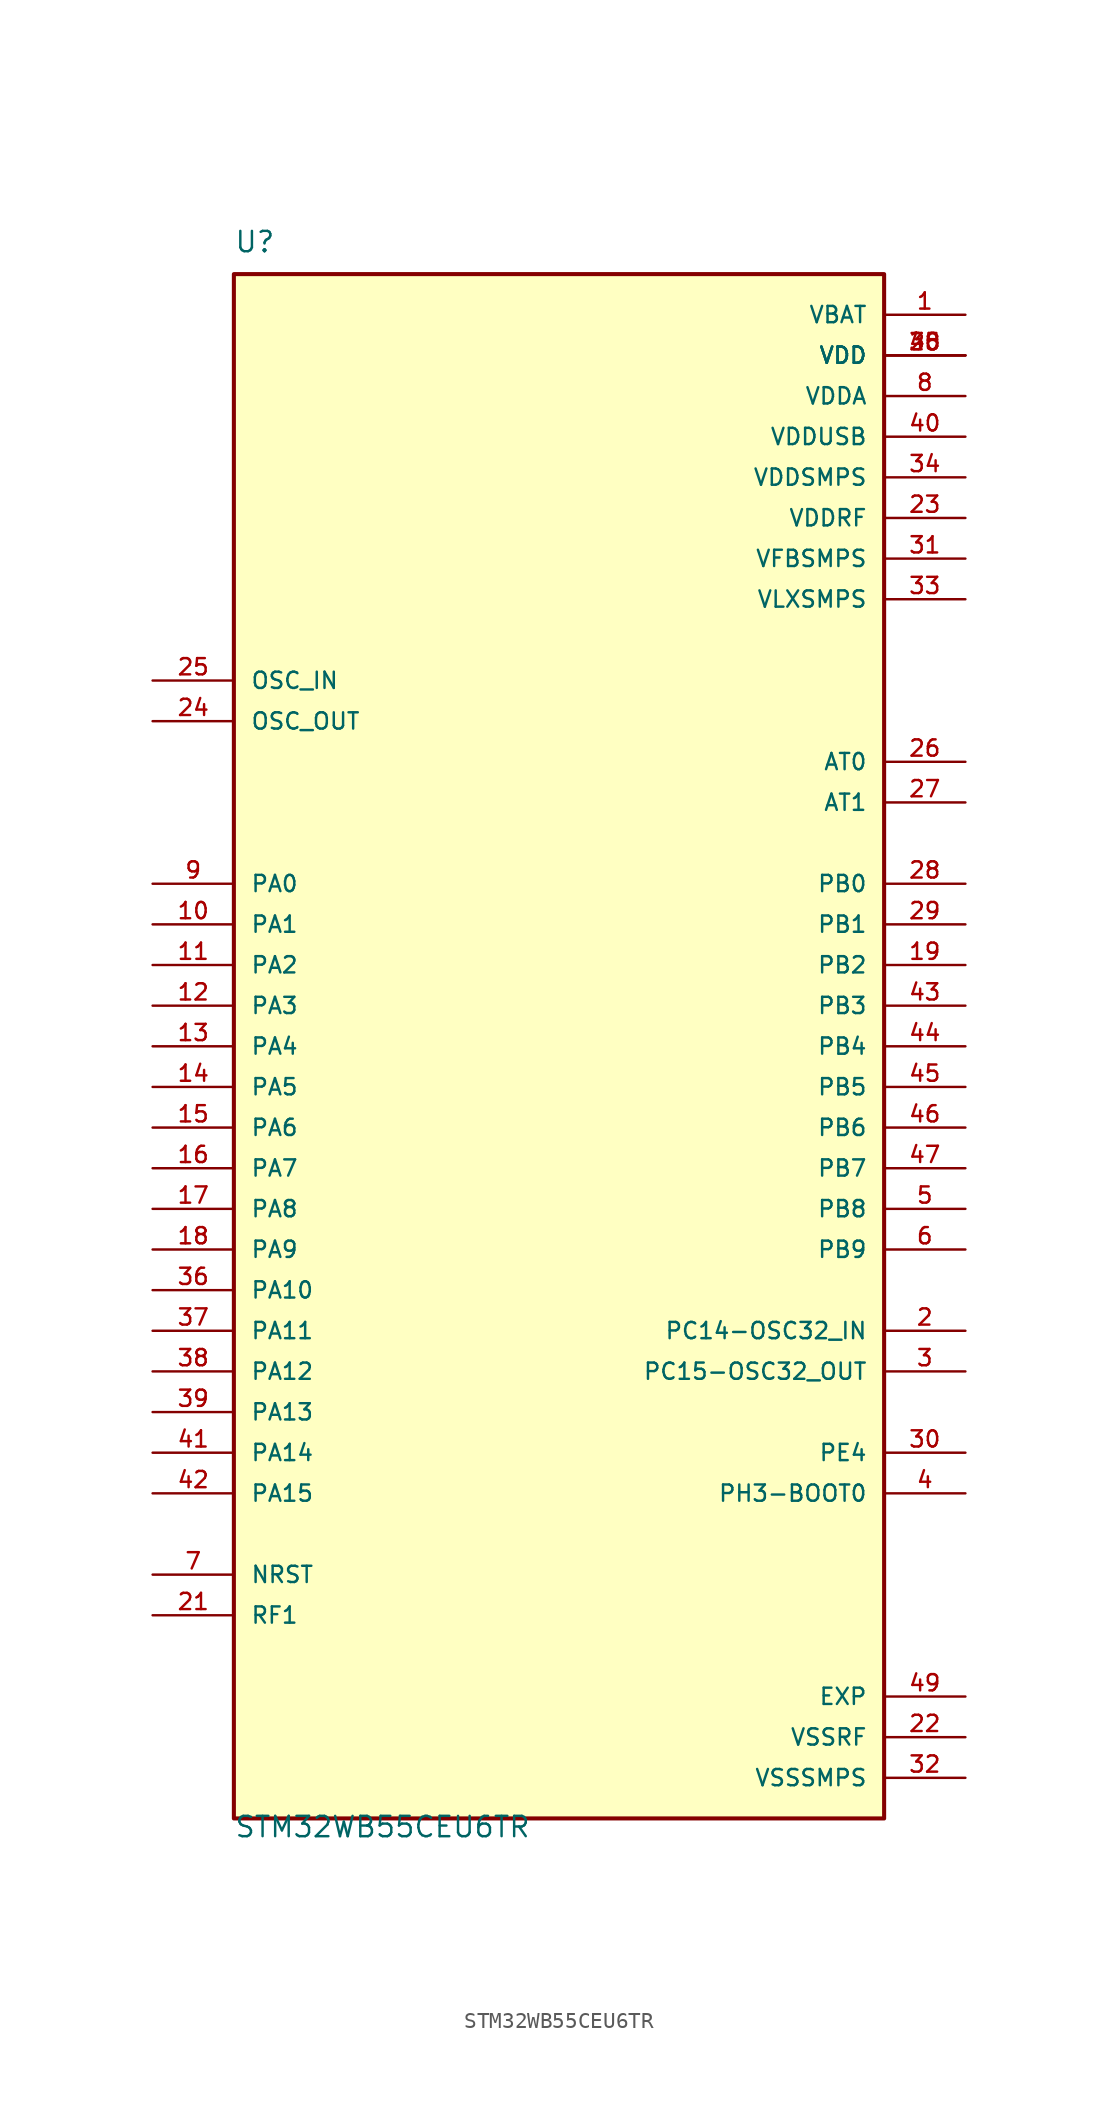
<source format=kicad_sym>
(kicad_symbol_lib
  (version 20211014)
  (generator kicad_symbol_editor)
  (symbol "STM32WB55CEU6TR"
    (pin_names
      (offset 1.016))
    (property "Reference" "U"
      (at -20.32 49.53 0)
      (effects (font (size 1.27 1.27)) (justify left bottom)))
    (property "Value" "STM32WB55CEU6TR"
      (at -20.32 -49.53 0)
      (effects (font (size 1.27 1.27)) (justify left bottom)))
    (property "ki_locked" ""
      (at 0 0 0)
      (effects (font (size 1.27 1.27))))
    (symbol "STM32WB55CEU6TR_0_0"
      (rectangle (start -20.32 -48.26) (end 20.32 48.26) (stroke (width 0.254) (type default) (color 0 0 0 0)) (fill (type background)))
      (pin power_in line (at 25.4 45.72 180) (length 5.08) (name "VBAT" (effects (font (size 1.016 1.016)))) (number "1" (effects (font (size 1.016 1.016)))))
      (pin bidirectional line (at -25.4 7.62 0) (length 5.08) (name "PA1" (effects (font (size 1.016 1.016)))) (number "10" (effects (font (size 1.016 1.016)))))
      (pin bidirectional line (at -25.4 5.08 0) (length 5.08) (name "PA2" (effects (font (size 1.016 1.016)))) (number "11" (effects (font (size 1.016 1.016)))))
      (pin bidirectional line (at -25.4 2.54 0) (length 5.08) (name "PA3" (effects (font (size 1.016 1.016)))) (number "12" (effects (font (size 1.016 1.016)))))
      (pin bidirectional line (at -25.4 0 0) (length 5.08) (name "PA4" (effects (font (size 1.016 1.016)))) (number "13" (effects (font (size 1.016 1.016)))))
      (pin bidirectional line (at -25.4 -2.54 0) (length 5.08) (name "PA5" (effects (font (size 1.016 1.016)))) (number "14" (effects (font (size 1.016 1.016)))))
      (pin bidirectional line (at -25.4 -5.08 0) (length 5.08) (name "PA6" (effects (font (size 1.016 1.016)))) (number "15" (effects (font (size 1.016 1.016)))))
      (pin bidirectional line (at -25.4 -7.62 0) (length 5.08) (name "PA7" (effects (font (size 1.016 1.016)))) (number "16" (effects (font (size 1.016 1.016)))))
      (pin bidirectional line (at -25.4 -10.16 0) (length 5.08) (name "PA8" (effects (font (size 1.016 1.016)))) (number "17" (effects (font (size 1.016 1.016)))))
      (pin bidirectional line (at -25.4 -12.7 0) (length 5.08) (name "PA9" (effects (font (size 1.016 1.016)))) (number "18" (effects (font (size 1.016 1.016)))))
      (pin bidirectional line (at 25.4 5.08 180) (length 5.08) (name "PB2" (effects (font (size 1.016 1.016)))) (number "19" (effects (font (size 1.016 1.016)))))
      (pin bidirectional line (at 25.4 -17.78 180) (length 5.08) (name "PC14-OSC32_IN" (effects (font (size 1.016 1.016)))) (number "2" (effects (font (size 1.016 1.016)))))
      (pin power_in line (at 25.4 43.18 180) (length 5.08) (name "VDD" (effects (font (size 1.016 1.016)))) (number "20" (effects (font (size 1.016 1.016)))))
      (pin bidirectional line (at -25.4 -35.56 0) (length 5.08) (name "RF1" (effects (font (size 1.016 1.016)))) (number "21" (effects (font (size 1.016 1.016)))))
      (pin power_in line (at 25.4 -43.18 180) (length 5.08) (name "VSSRF" (effects (font (size 1.016 1.016)))) (number "22" (effects (font (size 1.016 1.016)))))
      (pin power_in line (at 25.4 33.02 180) (length 5.08) (name "VDDRF" (effects (font (size 1.016 1.016)))) (number "23" (effects (font (size 1.016 1.016)))))
      (pin output line (at -25.4 20.32 0) (length 5.08) (name "OSC_OUT" (effects (font (size 1.016 1.016)))) (number "24" (effects (font (size 1.016 1.016)))))
      (pin input line (at -25.4 22.86 0) (length 5.08) (name "OSC_IN" (effects (font (size 1.016 1.016)))) (number "25" (effects (font (size 1.016 1.016)))))
      (pin output line (at 25.4 17.78 180) (length 5.08) (name "AT0" (effects (font (size 1.016 1.016)))) (number "26" (effects (font (size 1.016 1.016)))))
      (pin output line (at 25.4 15.24 180) (length 5.08) (name "AT1" (effects (font (size 1.016 1.016)))) (number "27" (effects (font (size 1.016 1.016)))))
      (pin bidirectional line (at 25.4 10.16 180) (length 5.08) (name "PB0" (effects (font (size 1.016 1.016)))) (number "28" (effects (font (size 1.016 1.016)))))
      (pin bidirectional line (at 25.4 7.62 180) (length 5.08) (name "PB1" (effects (font (size 1.016 1.016)))) (number "29" (effects (font (size 1.016 1.016)))))
      (pin bidirectional line (at 25.4 -20.32 180) (length 5.08) (name "PC15-OSC32_OUT" (effects (font (size 1.016 1.016)))) (number "3" (effects (font (size 1.016 1.016)))))
      (pin bidirectional line (at 25.4 -25.4 180) (length 5.08) (name "PE4" (effects (font (size 1.016 1.016)))) (number "30" (effects (font (size 1.016 1.016)))))
      (pin power_in line (at 25.4 30.48 180) (length 5.08) (name "VFBSMPS" (effects (font (size 1.016 1.016)))) (number "31" (effects (font (size 1.016 1.016)))))
      (pin power_in line (at 25.4 -45.72 180) (length 5.08) (name "VSSSMPS" (effects (font (size 1.016 1.016)))) (number "32" (effects (font (size 1.016 1.016)))))
      (pin power_in line (at 25.4 27.94 180) (length 5.08) (name "VLXSMPS" (effects (font (size 1.016 1.016)))) (number "33" (effects (font (size 1.016 1.016)))))
      (pin power_in line (at 25.4 35.56 180) (length 5.08) (name "VDDSMPS" (effects (font (size 1.016 1.016)))) (number "34" (effects (font (size 1.016 1.016)))))
      (pin power_in line (at 25.4 43.18 180) (length 5.08) (name "VDD" (effects (font (size 1.016 1.016)))) (number "35" (effects (font (size 1.016 1.016)))))
      (pin bidirectional line (at -25.4 -15.24 0) (length 5.08) (name "PA10" (effects (font (size 1.016 1.016)))) (number "36" (effects (font (size 1.016 1.016)))))
      (pin bidirectional line (at -25.4 -17.78 0) (length 5.08) (name "PA11" (effects (font (size 1.016 1.016)))) (number "37" (effects (font (size 1.016 1.016)))))
      (pin bidirectional line (at -25.4 -20.32 0) (length 5.08) (name "PA12" (effects (font (size 1.016 1.016)))) (number "38" (effects (font (size 1.016 1.016)))))
      (pin bidirectional line (at -25.4 -22.86 0) (length 5.08) (name "PA13" (effects (font (size 1.016 1.016)))) (number "39" (effects (font (size 1.016 1.016)))))
      (pin bidirectional line (at 25.4 -27.94 180) (length 5.08) (name "PH3-BOOT0" (effects (font (size 1.016 1.016)))) (number "4" (effects (font (size 1.016 1.016)))))
      (pin power_in line (at 25.4 38.1 180) (length 5.08) (name "VDDUSB" (effects (font (size 1.016 1.016)))) (number "40" (effects (font (size 1.016 1.016)))))
      (pin bidirectional line (at -25.4 -25.4 0) (length 5.08) (name "PA14" (effects (font (size 1.016 1.016)))) (number "41" (effects (font (size 1.016 1.016)))))
      (pin bidirectional line (at -25.4 -27.94 0) (length 5.08) (name "PA15" (effects (font (size 1.016 1.016)))) (number "42" (effects (font (size 1.016 1.016)))))
      (pin bidirectional line (at 25.4 2.54 180) (length 5.08) (name "PB3" (effects (font (size 1.016 1.016)))) (number "43" (effects (font (size 1.016 1.016)))))
      (pin bidirectional line (at 25.4 0 180) (length 5.08) (name "PB4" (effects (font (size 1.016 1.016)))) (number "44" (effects (font (size 1.016 1.016)))))
      (pin bidirectional line (at 25.4 -2.54 180) (length 5.08) (name "PB5" (effects (font (size 1.016 1.016)))) (number "45" (effects (font (size 1.016 1.016)))))
      (pin bidirectional line (at 25.4 -5.08 180) (length 5.08) (name "PB6" (effects (font (size 1.016 1.016)))) (number "46" (effects (font (size 1.016 1.016)))))
      (pin bidirectional line (at 25.4 -7.62 180) (length 5.08) (name "PB7" (effects (font (size 1.016 1.016)))) (number "47" (effects (font (size 1.016 1.016)))))
      (pin power_in line (at 25.4 43.18 180) (length 5.08) (name "VDD" (effects (font (size 1.016 1.016)))) (number "48" (effects (font (size 1.016 1.016)))))
      (pin power_in line (at 25.4 -40.64 180) (length 5.08) (name "EXP" (effects (font (size 1.016 1.016)))) (number "49" (effects (font (size 1.016 1.016)))))
      (pin bidirectional line (at 25.4 -10.16 180) (length 5.08) (name "PB8" (effects (font (size 1.016 1.016)))) (number "5" (effects (font (size 1.016 1.016)))))
      (pin bidirectional line (at 25.4 -12.7 180) (length 5.08) (name "PB9" (effects (font (size 1.016 1.016)))) (number "6" (effects (font (size 1.016 1.016)))))
      (pin bidirectional line (at -25.4 -33.02 0) (length 5.08) (name "NRST" (effects (font (size 1.016 1.016)))) (number "7" (effects (font (size 1.016 1.016)))))
      (pin power_in line (at 25.4 40.64 180) (length 5.08) (name "VDDA" (effects (font (size 1.016 1.016)))) (number "8" (effects (font (size 1.016 1.016)))))
      (pin bidirectional line (at -25.4 10.16 0) (length 5.08) (name "PA0" (effects (font (size 1.016 1.016)))) (number "9" (effects (font (size 1.016 1.016))))))))
</source>
